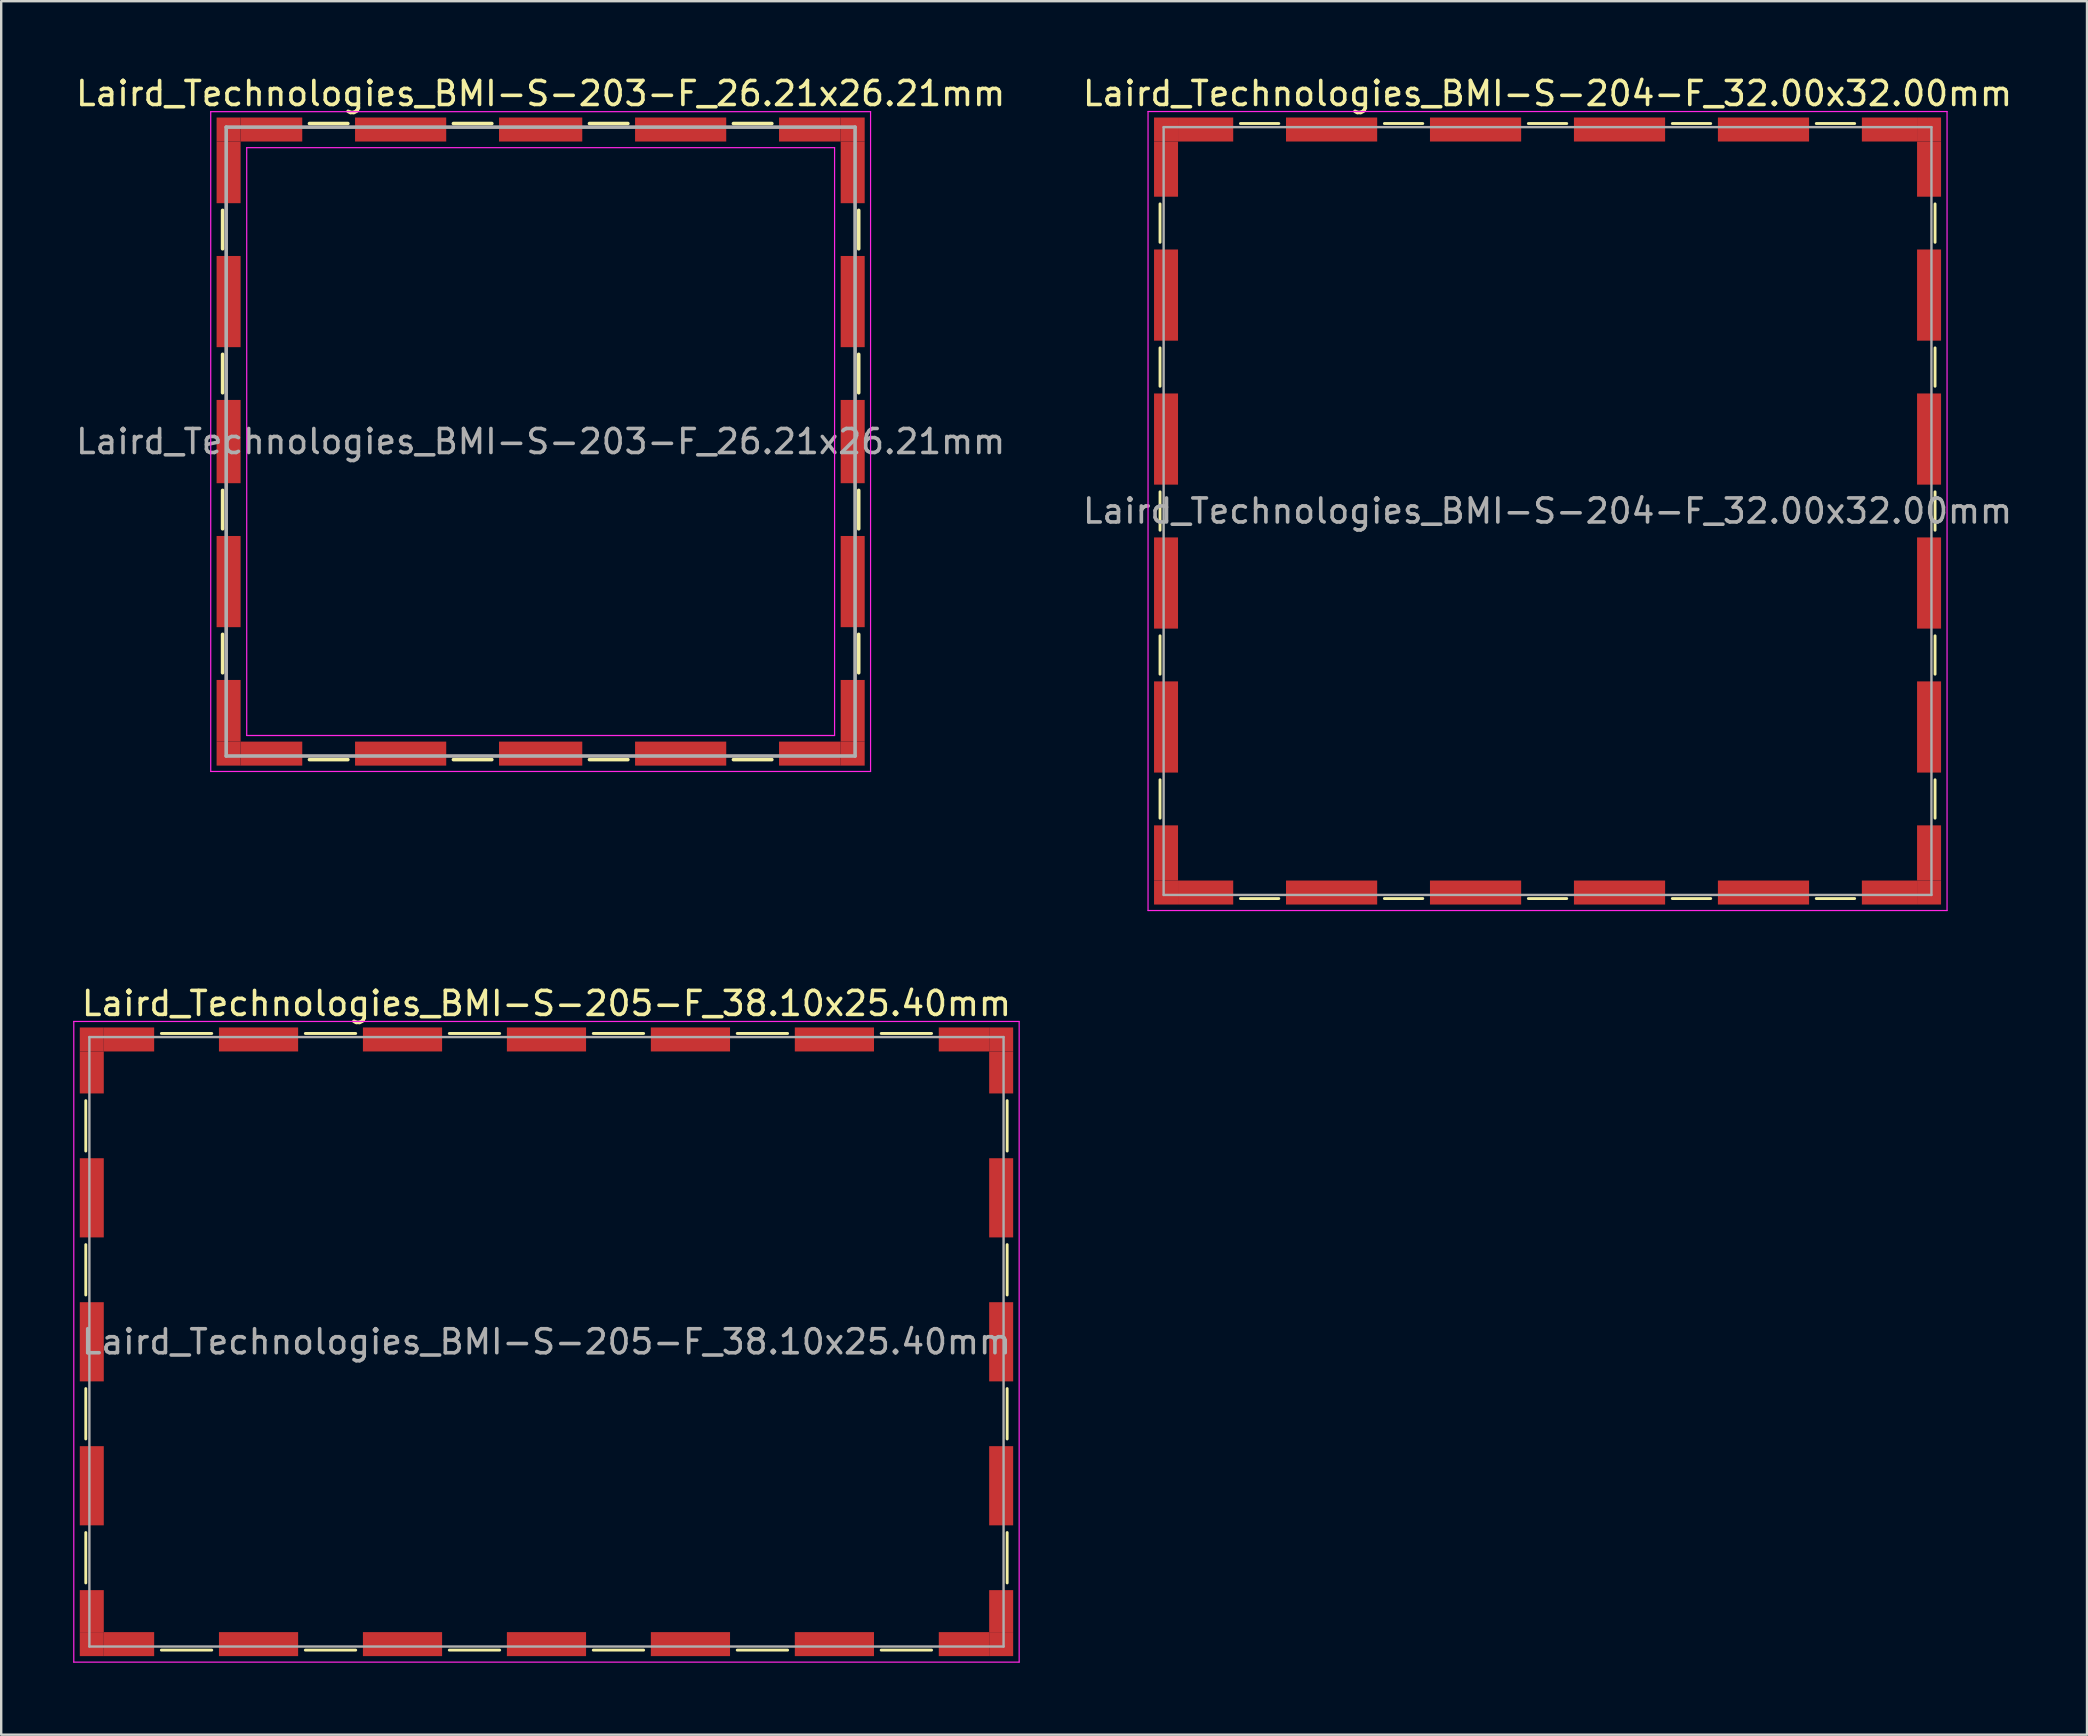
<source format=kicad_pcb>
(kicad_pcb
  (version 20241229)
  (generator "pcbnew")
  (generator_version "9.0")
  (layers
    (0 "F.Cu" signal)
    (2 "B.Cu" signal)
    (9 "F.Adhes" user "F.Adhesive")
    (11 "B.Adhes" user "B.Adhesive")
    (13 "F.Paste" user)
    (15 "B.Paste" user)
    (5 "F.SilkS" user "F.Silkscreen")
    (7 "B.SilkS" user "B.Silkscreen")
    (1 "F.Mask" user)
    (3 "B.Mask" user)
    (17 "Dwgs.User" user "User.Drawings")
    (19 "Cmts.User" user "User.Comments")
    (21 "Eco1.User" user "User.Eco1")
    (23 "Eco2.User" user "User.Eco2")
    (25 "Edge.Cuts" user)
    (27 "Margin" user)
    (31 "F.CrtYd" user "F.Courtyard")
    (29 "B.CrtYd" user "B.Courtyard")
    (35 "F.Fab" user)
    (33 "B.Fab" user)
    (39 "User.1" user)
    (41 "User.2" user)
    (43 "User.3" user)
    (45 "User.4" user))
  (footprint "Laird_Technologies_BMI-S-203-F_26.21x26.21mm"
    (layer "F.Cu")
    (at 19.482 15.353)
    (property "Reference" "Laird_Technologies_BMI-S-203-F_26.21x26.21mm" (at 0 -14.505 0) (layer "F.SilkS") (effects (font (size 1 1) (thickness 0.15))))
    (attr smd)
    (fp_line (start -13.255 -9.635) (end -13.255 -8.035) (stroke (width 0.15) (type solid)) (layer "F.SilkS"))
    (fp_line (start -13.255 -3.635) (end -13.255 -2.035) (stroke (width 0.15) (type solid)) (layer "F.SilkS"))
    (fp_line (start -13.255 2.035) (end -13.255 3.635) (stroke (width 0.15) (type solid)) (layer "F.SilkS"))
    (fp_line (start -13.255 8.035) (end -13.255 9.635) (stroke (width 0.15) (type solid)) (layer "F.SilkS"))
    (fp_line (start -9.635 -13.255) (end -8.035 -13.255) (stroke (width 0.15) (type solid)) (layer "F.SilkS"))
    (fp_line (start -9.635 13.255) (end -8.035 13.255) (stroke (width 0.15) (type solid)) (layer "F.SilkS"))
    (fp_line (start -3.635 -13.255) (end -2.035 -13.255) (stroke (width 0.15) (type solid)) (layer "F.SilkS"))
    (fp_line (start -3.635 13.255) (end -2.035 13.255) (stroke (width 0.15) (type solid)) (layer "F.SilkS"))
    (fp_line (start 2.035 -13.255) (end 3.635 -13.255) (stroke (width 0.15) (type solid)) (layer "F.SilkS"))
    (fp_line (start 2.035 13.255) (end 3.635 13.255) (stroke (width 0.15) (type solid)) (layer "F.SilkS"))
    (fp_line (start 8.035 -13.255) (end 9.635 -13.255) (stroke (width 0.15) (type solid)) (layer "F.SilkS"))
    (fp_line (start 8.035 13.255) (end 9.635 13.255) (stroke (width 0.15) (type solid)) (layer "F.SilkS"))
    (fp_line (start 13.255 -9.635) (end 13.255 -8.035) (stroke (width 0.15) (type solid)) (layer "F.SilkS"))
    (fp_line (start 13.255 -3.635) (end 13.255 -2.035) (stroke (width 0.15) (type solid)) (layer "F.SilkS"))
    (fp_line (start 13.255 2.035) (end 13.255 3.635) (stroke (width 0.15) (type solid)) (layer "F.SilkS"))
    (fp_line (start 13.255 8.035) (end 13.255 9.635) (stroke (width 0.15) (type solid)) (layer "F.SilkS"))
    (fp_line (start -13.75 -13.75) (end -13.75 13.75) (stroke (width 0.05) (type solid)) (layer "F.CrtYd"))
    (fp_line (start -13.75 13.75) (end 13.75 13.75) (stroke (width 0.05) (type solid)) (layer "F.CrtYd"))
    (fp_line (start -12.25 -12.25) (end -12.25 12.25) (stroke (width 0.05) (type solid)) (layer "F.CrtYd"))
    (fp_line (start 12.25 -12.25) (end -12.25 -12.25) (stroke (width 0.05) (type solid)) (layer "F.CrtYd"))
    (fp_line (start 12.25 -12.25) (end 12.25 12.25) (stroke (width 0.05) (type solid)) (layer "F.CrtYd"))
    (fp_line (start 12.25 12.25) (end -12.25 12.25) (stroke (width 0.05) (type solid)) (layer "F.CrtYd"))
    (fp_line (start 13.75 -13.75) (end -13.75 -13.75) (stroke (width 0.05) (type solid)) (layer "F.CrtYd"))
    (fp_line (start 13.75 13.75) (end 13.75 -13.75) (stroke (width 0.05) (type solid)) (layer "F.CrtYd"))
    (fp_line (start -13.105 -13.105) (end -13.105 13.105) (stroke (width 0.15) (type solid)) (layer "F.Fab"))
    (fp_line (start -13.105 13.105) (end 13.105 13.105) (stroke (width 0.15) (type solid)) (layer "F.Fab"))
    (fp_line (start 13.105 -13.105) (end -13.105 -13.105) (stroke (width 0.15) (type solid)) (layer "F.Fab"))
    (fp_line (start 13.105 13.105) (end 13.105 -13.105) (stroke (width 0.15) (type solid)) (layer "F.Fab"))
    (fp_text user "${REFERENCE}" (at 0 0 0) (layer "F.Fab") (effects (font (size 1 1) (thickness 0.15))))
    (pad "1" smd rect (at -13.005 -13.005) (size 1 1) (layers "F.Cu" "F.Mask"))
    (pad "1" smd rect (at -13.005 -11.22) (size 1 2.57) (layers "F.Cu" "F.Mask"))
    (pad "1" smd rect (at -13.005 -5.835) (size 1 3.8) (layers "F.Cu" "F.Mask"))
    (pad "1" smd rect (at -13.005 0) (size 1 3.47) (layers "F.Cu" "F.Mask"))
    (pad "1" smd rect (at -13.005 5.835) (size 1 3.8) (layers "F.Cu" "F.Mask"))
    (pad "1" smd rect (at -13.005 11.22) (size 1 2.57) (layers "F.Cu" "F.Mask"))
    (pad "1" smd rect (at -13.005 13.005) (size 1 1) (layers "F.Cu" "F.Mask"))
    (pad "1" smd rect (at -11.22 -13.005) (size 2.57 1) (layers "F.Cu" "F.Mask"))
    (pad "1" smd rect (at -11.22 13.005) (size 2.57 1) (layers "F.Cu" "F.Mask"))
    (pad "1" smd rect (at -5.835 -13.005) (size 3.8 1) (layers "F.Cu" "F.Mask"))
    (pad "1" smd rect (at -5.835 13.005) (size 3.8 1) (layers "F.Cu" "F.Mask"))
    (pad "1" smd rect (at 0 -13.005) (size 3.47 1) (layers "F.Cu" "F.Mask"))
    (pad "1" smd rect (at 0 13.005) (size 3.47 1) (layers "F.Cu" "F.Mask"))
    (pad "1" smd rect (at 5.835 -13.005) (size 3.8 1) (layers "F.Cu" "F.Mask"))
    (pad "1" smd rect (at 5.835 13.005) (size 3.8 1) (layers "F.Cu" "F.Mask"))
    (pad "1" smd rect (at 11.22 -13.005) (size 2.57 1) (layers "F.Cu" "F.Mask"))
    (pad "1" smd rect (at 11.22 13.005) (size 2.57 1) (layers "F.Cu" "F.Mask"))
    (pad "1" smd rect (at 13.005 -13.005) (size 1 1) (layers "F.Cu" "F.Mask"))
    (pad "1" smd rect (at 13.005 -11.22) (size 1 2.57) (layers "F.Cu" "F.Mask"))
    (pad "1" smd rect (at 13.005 -5.835) (size 1 3.8) (layers "F.Cu" "F.Mask"))
    (pad "1" smd rect (at 13.005 0) (size 1 3.47) (layers "F.Cu" "F.Mask"))
    (pad "1" smd rect (at 13.005 5.835) (size 1 3.8) (layers "F.Cu" "F.Mask"))
    (pad "1" smd rect (at 13.005 11.22) (size 1 2.57) (layers "F.Cu" "F.Mask"))
    (pad "1" smd rect (at 13.005 13.005) (size 1 1) (layers "F.Cu" "F.Mask")))
  (footprint "Laird_Technologies_BMI-S-205-F_38.10x25.40mm"
    (layer "F.Cu")
    (at 19.725 52.871)
    (property "Reference" "Laird_Technologies_BMI-S-205-F_38.10x25.40mm" (at 0 -14.1 0) (layer "F.SilkS") (effects (font (size 1 1) (thickness 0.15))))
    (attr smd)
    (fp_line (start -19.2 -10.05) (end -19.2 -7.95) (stroke (width 0.12) (type solid)) (layer "F.SilkS"))
    (fp_line (start -19.2 -4.05) (end -19.2 -1.95) (stroke (width 0.12) (type solid)) (layer "F.SilkS"))
    (fp_line (start -19.2 1.95) (end -19.2 4.05) (stroke (width 0.12) (type solid)) (layer "F.SilkS"))
    (fp_line (start -19.2 7.95) (end -19.2 10.05) (stroke (width 0.12) (type solid)) (layer "F.SilkS"))
    (fp_line (start -16.05 -12.85) (end -13.95 -12.85) (stroke (width 0.12) (type solid)) (layer "F.SilkS"))
    (fp_line (start -16.05 12.85) (end -13.95 12.85) (stroke (width 0.12) (type solid)) (layer "F.SilkS"))
    (fp_line (start -10.05 -12.85) (end -7.95 -12.85) (stroke (width 0.12) (type solid)) (layer "F.SilkS"))
    (fp_line (start -10.05 12.85) (end -7.95 12.85) (stroke (width 0.12) (type solid)) (layer "F.SilkS"))
    (fp_line (start -4.05 -12.85) (end -1.95 -12.85) (stroke (width 0.12) (type solid)) (layer "F.SilkS"))
    (fp_line (start -4.05 12.85) (end -1.95 12.85) (stroke (width 0.12) (type solid)) (layer "F.SilkS"))
    (fp_line (start 1.95 -12.85) (end 4.05 -12.85) (stroke (width 0.12) (type solid)) (layer "F.SilkS"))
    (fp_line (start 1.95 12.85) (end 4.05 12.85) (stroke (width 0.12) (type solid)) (layer "F.SilkS"))
    (fp_line (start 7.95 -12.85) (end 10.05 -12.85) (stroke (width 0.12) (type solid)) (layer "F.SilkS"))
    (fp_line (start 7.95 12.85) (end 10.05 12.85) (stroke (width 0.12) (type solid)) (layer "F.SilkS"))
    (fp_line (start 13.95 -12.85) (end 16.05 -12.85) (stroke (width 0.12) (type solid)) (layer "F.SilkS"))
    (fp_line (start 13.95 12.85) (end 16.05 12.85) (stroke (width 0.12) (type solid)) (layer "F.SilkS"))
    (fp_line (start 19.2 -10.05) (end 19.2 -7.95) (stroke (width 0.12) (type solid)) (layer "F.SilkS"))
    (fp_line (start 19.2 -4.05) (end 19.2 -1.95) (stroke (width 0.12) (type solid)) (layer "F.SilkS"))
    (fp_line (start 19.2 1.95) (end 19.2 4.05) (stroke (width 0.12) (type solid)) (layer "F.SilkS"))
    (fp_line (start 19.2 7.95) (end 19.2 10.05) (stroke (width 0.12) (type solid)) (layer "F.SilkS"))
    (fp_line (start -19.7 -13.35) (end -19.7 13.35) (stroke (width 0.05) (type solid)) (layer "F.CrtYd"))
    (fp_line (start -19.7 13.35) (end 19.7 13.35) (stroke (width 0.05) (type solid)) (layer "F.CrtYd"))
    (fp_line (start 19.7 -13.35) (end -19.7 -13.35) (stroke (width 0.05) (type solid)) (layer "F.CrtYd"))
    (fp_line (start 19.7 13.35) (end 19.7 -13.35) (stroke (width 0.05) (type solid)) (layer "F.CrtYd"))
    (fp_line (start -19.05 -12.7) (end -19.05 12.7) (stroke (width 0.1) (type solid)) (layer "F.Fab"))
    (fp_line (start -19.05 12.7) (end 19.05 12.7) (stroke (width 0.1) (type solid)) (layer "F.Fab"))
    (fp_line (start 19.05 -12.7) (end -19.05 -12.7) (stroke (width 0.1) (type solid)) (layer "F.Fab"))
    (fp_line (start 19.05 12.7) (end 19.05 -12.7) (stroke (width 0.1) (type solid)) (layer "F.Fab"))
    (fp_text user "${REFERENCE}" (at 0 0 0) (layer "F.Fab") (effects (font (size 1 1) (thickness 0.15))))
    (pad "1" smd rect (at -18.95 -12.6) (size 1 1) (layers "F.Cu" "F.Mask"))
    (pad "1" smd rect (at -18.95 -11.225) (size 1 1.75) (layers "F.Cu" "F.Mask"))
    (pad "1" smd rect (at -18.95 -6) (size 1 3.3) (layers "F.Cu" "F.Mask"))
    (pad "1" smd rect (at -18.95 0) (size 1 3.3) (layers "F.Cu" "F.Mask"))
    (pad "1" smd rect (at -18.95 6) (size 1 3.3) (layers "F.Cu" "F.Mask"))
    (pad "1" smd rect (at -18.95 11.225) (size 1 1.75) (layers "F.Cu" "F.Mask"))
    (pad "1" smd rect (at -18.95 12.6) (size 1 1) (layers "F.Cu" "F.Mask"))
    (pad "1" smd rect (at -17.4 -12.6) (size 2.1 1) (layers "F.Cu" "F.Mask"))
    (pad "1" smd rect (at -17.4 12.6) (size 2.1 1) (layers "F.Cu" "F.Mask"))
    (pad "1" smd rect (at -12 -12.6) (size 3.3 1) (layers "F.Cu" "F.Mask"))
    (pad "1" smd rect (at -12 12.6) (size 3.3 1) (layers "F.Cu" "F.Mask"))
    (pad "1" smd rect (at -6 -12.6) (size 3.3 1) (layers "F.Cu" "F.Mask"))
    (pad "1" smd rect (at -6 12.6) (size 3.3 1) (layers "F.Cu" "F.Mask"))
    (pad "1" smd rect (at 0 -12.6) (size 3.3 1) (layers "F.Cu" "F.Mask"))
    (pad "1" smd rect (at 0 12.6) (size 3.3 1) (layers "F.Cu" "F.Mask"))
    (pad "1" smd rect (at 6 -12.6) (size 3.3 1) (layers "F.Cu" "F.Mask"))
    (pad "1" smd rect (at 6 12.6) (size 3.3 1) (layers "F.Cu" "F.Mask"))
    (pad "1" smd rect (at 12 -12.6) (size 3.3 1) (layers "F.Cu" "F.Mask"))
    (pad "1" smd rect (at 12 12.6) (size 3.3 1) (layers "F.Cu" "F.Mask"))
    (pad "1" smd rect (at 17.4 -12.6) (size 2.1 1) (layers "F.Cu" "F.Mask"))
    (pad "1" smd rect (at 17.4 12.6) (size 2.1 1) (layers "F.Cu" "F.Mask"))
    (pad "1" smd rect (at 18.95 -12.6) (size 1 1) (layers "F.Cu" "F.Mask"))
    (pad "1" smd rect (at 18.95 -11.225) (size 1 1.75) (layers "F.Cu" "F.Mask"))
    (pad "1" smd rect (at 18.95 -6) (size 1 3.3) (layers "F.Cu" "F.Mask"))
    (pad "1" smd rect (at 18.95 0) (size 1 3.3) (layers "F.Cu" "F.Mask"))
    (pad "1" smd rect (at 18.95 6) (size 1 3.3) (layers "F.Cu" "F.Mask"))
    (pad "1" smd rect (at 18.95 11.225) (size 1 1.75) (layers "F.Cu" "F.Mask"))
    (pad "1" smd rect (at 18.95 12.6) (size 1 1) (layers "F.Cu" "F.Mask")))
  (footprint "Laird_Technologies_BMI-S-204-F_32.00x32.00mm"
    (layer "F.Cu")
    (at 61.446 18.248)
    (property "Reference" "Laird_Technologies_BMI-S-204-F_32.00x32.00mm" (at 0 -17.4 0) (layer "F.SilkS") (effects (font (size 1 1) (thickness 0.15))))
    (attr smd)
    (fp_line (start -16.15 -12.8) (end -16.15 -11.2) (stroke (width 0.12) (type solid)) (layer "F.SilkS"))
    (fp_line (start -16.15 -6.8) (end -16.15 -5.2) (stroke (width 0.12) (type solid)) (layer "F.SilkS"))
    (fp_line (start -16.15 -0.8) (end -16.15 0.8) (stroke (width 0.12) (type solid)) (layer "F.SilkS"))
    (fp_line (start -16.15 5.2) (end -16.15 6.8) (stroke (width 0.12) (type solid)) (layer "F.SilkS"))
    (fp_line (start -16.15 11.2) (end -16.15 12.8) (stroke (width 0.12) (type solid)) (layer "F.SilkS"))
    (fp_line (start -12.8 -16.15) (end -11.2 -16.15) (stroke (width 0.12) (type solid)) (layer "F.SilkS"))
    (fp_line (start -12.8 16.15) (end -11.2 16.15) (stroke (width 0.12) (type solid)) (layer "F.SilkS"))
    (fp_line (start -6.8 -16.15) (end -5.2 -16.15) (stroke (width 0.12) (type solid)) (layer "F.SilkS"))
    (fp_line (start -6.8 16.15) (end -5.2 16.15) (stroke (width 0.12) (type solid)) (layer "F.SilkS"))
    (fp_line (start -0.8 -16.15) (end 0.8 -16.15) (stroke (width 0.12) (type solid)) (layer "F.SilkS"))
    (fp_line (start -0.8 16.15) (end 0.8 16.15) (stroke (width 0.12) (type solid)) (layer "F.SilkS"))
    (fp_line (start 5.2 -16.15) (end 6.8 -16.15) (stroke (width 0.12) (type solid)) (layer "F.SilkS"))
    (fp_line (start 5.2 16.15) (end 6.8 16.15) (stroke (width 0.12) (type solid)) (layer "F.SilkS"))
    (fp_line (start 11.2 -16.15) (end 12.8 -16.15) (stroke (width 0.12) (type solid)) (layer "F.SilkS"))
    (fp_line (start 11.2 16.15) (end 12.8 16.15) (stroke (width 0.12) (type solid)) (layer "F.SilkS"))
    (fp_line (start 16.15 -12.8) (end 16.15 -11.2) (stroke (width 0.12) (type solid)) (layer "F.SilkS"))
    (fp_line (start 16.15 -6.8) (end 16.15 -5.2) (stroke (width 0.12) (type solid)) (layer "F.SilkS"))
    (fp_line (start 16.15 -0.8) (end 16.15 0.8) (stroke (width 0.12) (type solid)) (layer "F.SilkS"))
    (fp_line (start 16.15 5.2) (end 16.15 6.8) (stroke (width 0.12) (type solid)) (layer "F.SilkS"))
    (fp_line (start 16.15 11.2) (end 16.15 12.8) (stroke (width 0.12) (type solid)) (layer "F.SilkS"))
    (fp_line (start -16.65 -16.65) (end -16.65 16.65) (stroke (width 0.05) (type solid)) (layer "F.CrtYd"))
    (fp_line (start -16.65 16.65) (end 16.65 16.65) (stroke (width 0.05) (type solid)) (layer "F.CrtYd"))
    (fp_line (start 16.65 -16.65) (end -16.65 -16.65) (stroke (width 0.05) (type solid)) (layer "F.CrtYd"))
    (fp_line (start 16.65 16.65) (end 16.65 -16.65) (stroke (width 0.05) (type solid)) (layer "F.CrtYd"))
    (fp_line (start -16 -16) (end -16 16) (stroke (width 0.1) (type solid)) (layer "F.Fab"))
    (fp_line (start -16 16) (end 16 16) (stroke (width 0.1) (type solid)) (layer "F.Fab"))
    (fp_line (start 16 -16) (end -16 -16) (stroke (width 0.1) (type solid)) (layer "F.Fab"))
    (fp_line (start 16 16) (end 16 -16) (stroke (width 0.1) (type solid)) (layer "F.Fab"))
    (fp_text user "${REFERENCE}" (at 0 0 0) (layer "F.Fab") (effects (font (size 1 1) (thickness 0.15))))
    (pad "1" smd rect (at -15.9 -15.9) (size 1 1) (layers "F.Cu" "F.Mask"))
    (pad "1" smd rect (at -15.9 -14.25) (size 1 2.3) (layers "F.Cu" "F.Mask"))
    (pad "1" smd rect (at -15.9 -9) (size 1 3.8) (layers "F.Cu" "F.Mask"))
    (pad "1" smd rect (at -15.9 -3) (size 1 3.8) (layers "F.Cu" "F.Mask"))
    (pad "1" smd rect (at -15.9 3) (size 1 3.8) (layers "F.Cu" "F.Mask"))
    (pad "1" smd rect (at -15.9 9) (size 1 3.8) (layers "F.Cu" "F.Mask"))
    (pad "1" smd rect (at -15.9 14.25) (size 1 2.3) (layers "F.Cu" "F.Mask"))
    (pad "1" smd rect (at -15.9 15.9) (size 1 1) (layers "F.Cu" "F.Mask"))
    (pad "1" smd rect (at -14.25 -15.9) (size 2.3 1) (layers "F.Cu" "F.Mask"))
    (pad "1" smd rect (at -14.25 15.9) (size 2.3 1) (layers "F.Cu" "F.Mask"))
    (pad "1" smd rect (at -9 -15.9) (size 3.8 1) (layers "F.Cu" "F.Mask"))
    (pad "1" smd rect (at -9 15.9) (size 3.8 1) (layers "F.Cu" "F.Mask"))
    (pad "1" smd rect (at -3 -15.9) (size 3.8 1) (layers "F.Cu" "F.Mask"))
    (pad "1" smd rect (at -3 15.9) (size 3.8 1) (layers "F.Cu" "F.Mask"))
    (pad "1" smd rect (at 3 -15.9) (size 3.8 1) (layers "F.Cu" "F.Mask"))
    (pad "1" smd rect (at 3 15.9) (size 3.8 1) (layers "F.Cu" "F.Mask"))
    (pad "1" smd rect (at 9 -15.9) (size 3.8 1) (layers "F.Cu" "F.Mask"))
    (pad "1" smd rect (at 9 15.9) (size 3.8 1) (layers "F.Cu" "F.Mask"))
    (pad "1" smd rect (at 14.25 -15.9) (size 2.3 1) (layers "F.Cu" "F.Mask"))
    (pad "1" smd rect (at 14.25 15.9) (size 2.3 1) (layers "F.Cu" "F.Mask"))
    (pad "1" smd rect (at 15.9 -15.9) (size 1 1) (layers "F.Cu" "F.Mask"))
    (pad "1" smd rect (at 15.9 -14.25) (size 1 2.3) (layers "F.Cu" "F.Mask"))
    (pad "1" smd rect (at 15.9 -9) (size 1 3.8) (layers "F.Cu" "F.Mask"))
    (pad "1" smd rect (at 15.9 -3) (size 1 3.8) (layers "F.Cu" "F.Mask"))
    (pad "1" smd rect (at 15.9 3) (size 1 3.8) (layers "F.Cu" "F.Mask"))
    (pad "1" smd rect (at 15.9 9) (size 1 3.8) (layers "F.Cu" "F.Mask"))
    (pad "1" smd rect (at 15.9 14.25) (size 1 2.3) (layers "F.Cu" "F.Mask"))
    (pad "1" smd rect (at 15.9 15.9) (size 1 1) (layers "F.Cu" "F.Mask")))
  (gr_rect
    (start -3 -3)
    (end 83.929 69.246)
    (stroke (width 0.1) (type default))
    (fill no)
    (layer "Edge.Cuts")))
</source>
